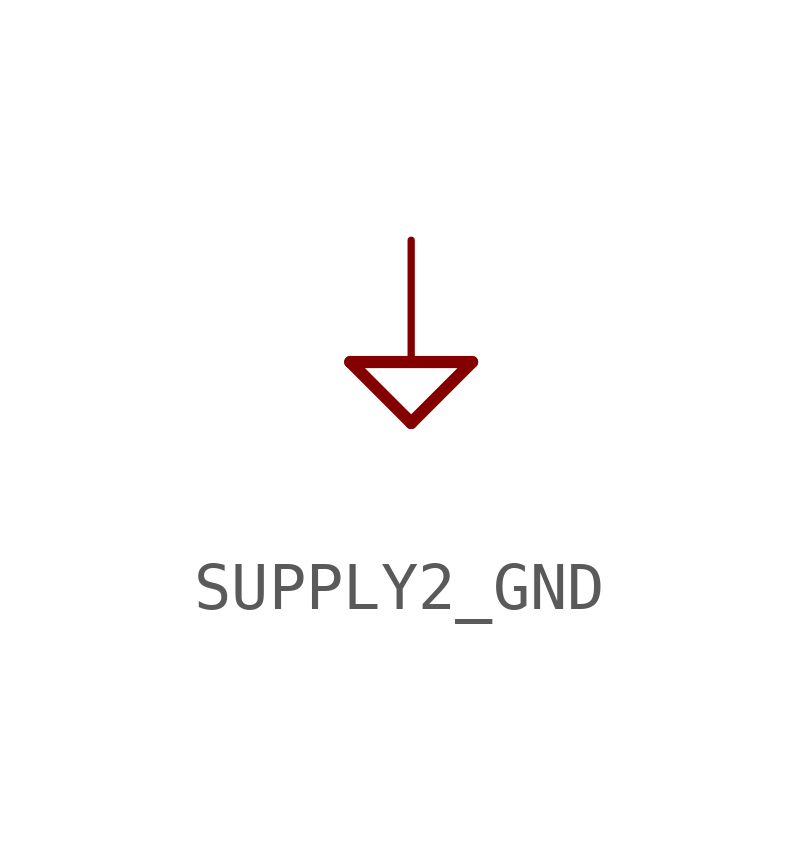
<source format=kicad_sym>
(kicad_symbol_lib
  (version 20241209)
  (generator "kicad_symbol_editor")
  (generator_version "9.0")
  (symbol "SUPPLY2_GND"
    (power)
    (property "Reference" "#SUPPLY"
      (at 0 0 0)
      (effects (font (size 1.27 1.27)) (hide yes)))
    (property "Value" ""
      (at -1.905 -3.175 0)
      (effects (font (size 1.778 1.511)) (justify left bottom)))
    (property "ki_locked" ""
      (at 0 0 0)
      (effects (font (size 1.27 1.27))))
    (symbol "SUPPLY2_GND_1_0"
      (polyline (pts (xy -1.27 0) (xy 1.27 0)) (stroke (width 0.254) (type solid)) (fill (type none)))
      (polyline (pts (xy 0 -1.27) (xy -1.27 0)) (stroke (width 0.254) (type solid)) (fill (type none)))
      (polyline (pts (xy 1.27 0) (xy 0 -1.27)) (stroke (width 0.254) (type solid)) (fill (type none)))
      (pin power_in line (at 0 2.54 270) (length 2.54) (name "GND" (effects (font (size 0 0)))) (number "1" (effects (font (size 0 0))))))))
</source>
